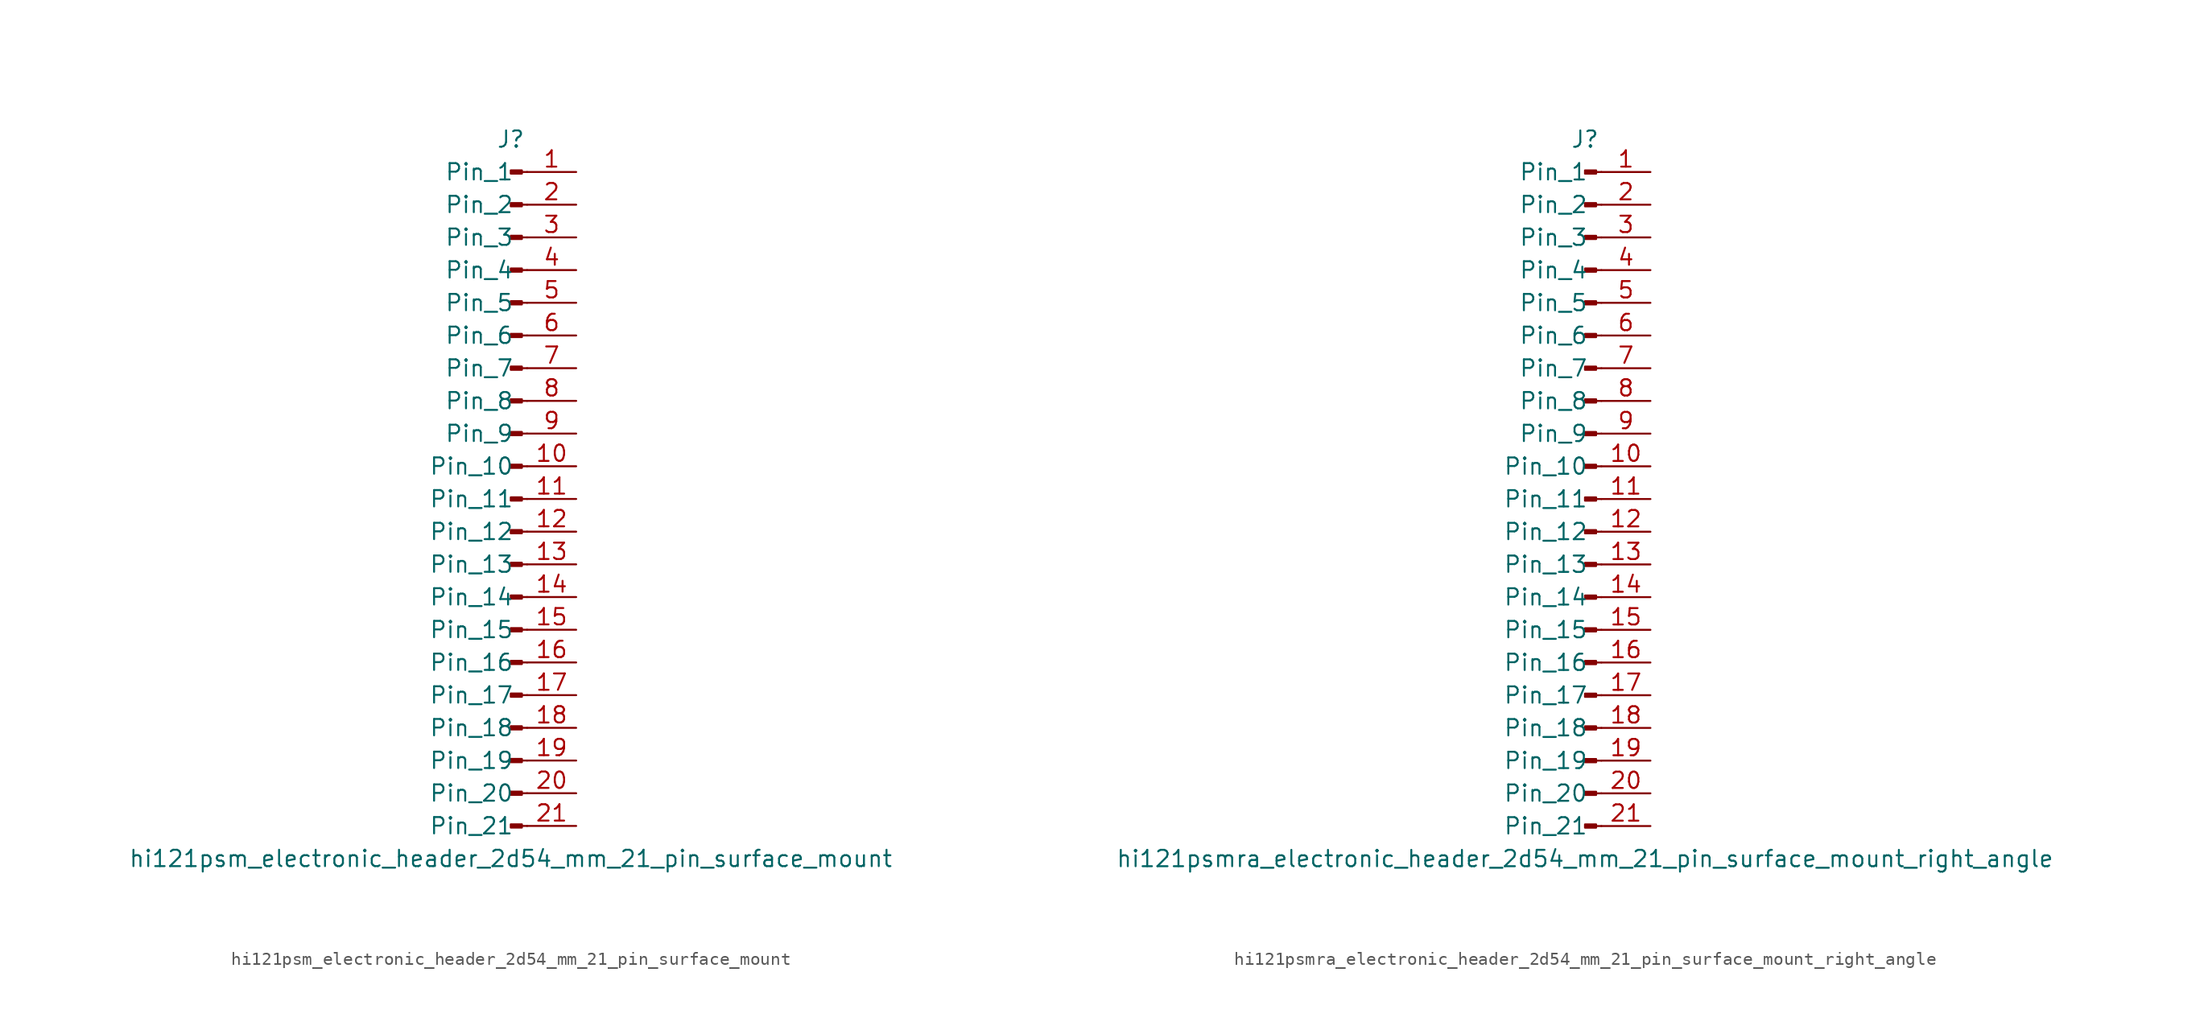
<source format=kicad_sym>
(kicad_symbol_lib
  (version 20220914)
  (generator kicad_symbol_editor)
  (symbol "hi121psm_electronic_header_2d54_mm_21_pin_surface_mount"
    (pin_names
      (offset 1.016))
    (property "Reference" "J"
      (at 0 27.94 0)
      (effects (font (size 1.27 1.27))))
    (property "Value" "hi121psm_electronic_header_2d54_mm_21_pin_surface_mount"
      (at 0 -27.94 0)
      (effects (font (size 1.27 1.27))))
    (property "ki_locked" ""
      (at 0 0 0)
      (effects (font (size 1.27 1.27))))
    (symbol "hi121psm_electronic_header_2d54_mm_21_pin_surface_mount_1_1"
      (polyline (pts (xy 1.27 -25.4) (xy 0.864 -25.4)) (stroke (width 0.152) (type default)) (fill (type none)))
      (polyline (pts (xy 1.27 -22.86) (xy 0.864 -22.86)) (stroke (width 0.152) (type default)) (fill (type none)))
      (polyline (pts (xy 1.27 -20.32) (xy 0.864 -20.32)) (stroke (width 0.152) (type default)) (fill (type none)))
      (polyline (pts (xy 1.27 -17.78) (xy 0.864 -17.78)) (stroke (width 0.152) (type default)) (fill (type none)))
      (polyline (pts (xy 1.27 -15.24) (xy 0.864 -15.24)) (stroke (width 0.152) (type default)) (fill (type none)))
      (polyline (pts (xy 1.27 -12.7) (xy 0.864 -12.7)) (stroke (width 0.152) (type default)) (fill (type none)))
      (polyline (pts (xy 1.27 -10.16) (xy 0.864 -10.16)) (stroke (width 0.152) (type default)) (fill (type none)))
      (polyline (pts (xy 1.27 -7.62) (xy 0.864 -7.62)) (stroke (width 0.152) (type default)) (fill (type none)))
      (polyline (pts (xy 1.27 -5.08) (xy 0.864 -5.08)) (stroke (width 0.152) (type default)) (fill (type none)))
      (polyline (pts (xy 1.27 -2.54) (xy 0.864 -2.54)) (stroke (width 0.152) (type default)) (fill (type none)))
      (polyline (pts (xy 1.27 0) (xy 0.864 0)) (stroke (width 0.152) (type default)) (fill (type none)))
      (polyline (pts (xy 1.27 2.54) (xy 0.864 2.54)) (stroke (width 0.152) (type default)) (fill (type none)))
      (polyline (pts (xy 1.27 5.08) (xy 0.864 5.08)) (stroke (width 0.152) (type default)) (fill (type none)))
      (polyline (pts (xy 1.27 7.62) (xy 0.864 7.62)) (stroke (width 0.152) (type default)) (fill (type none)))
      (polyline (pts (xy 1.27 10.16) (xy 0.864 10.16)) (stroke (width 0.152) (type default)) (fill (type none)))
      (polyline (pts (xy 1.27 12.7) (xy 0.864 12.7)) (stroke (width 0.152) (type default)) (fill (type none)))
      (polyline (pts (xy 1.27 15.24) (xy 0.864 15.24)) (stroke (width 0.152) (type default)) (fill (type none)))
      (polyline (pts (xy 1.27 17.78) (xy 0.864 17.78)) (stroke (width 0.152) (type default)) (fill (type none)))
      (polyline (pts (xy 1.27 20.32) (xy 0.864 20.32)) (stroke (width 0.152) (type default)) (fill (type none)))
      (polyline (pts (xy 1.27 22.86) (xy 0.864 22.86)) (stroke (width 0.152) (type default)) (fill (type none)))
      (polyline (pts (xy 1.27 25.4) (xy 0.864 25.4)) (stroke (width 0.152) (type default)) (fill (type none)))
      (rectangle (start 0.864 -25.273) (end 0 -25.527) (stroke (width 0.152) (type default)) (fill (type outline)))
      (rectangle (start 0.864 -22.733) (end 0 -22.987) (stroke (width 0.152) (type default)) (fill (type outline)))
      (rectangle (start 0.864 -20.193) (end 0 -20.447) (stroke (width 0.152) (type default)) (fill (type outline)))
      (rectangle (start 0.864 -17.653) (end 0 -17.907) (stroke (width 0.152) (type default)) (fill (type outline)))
      (rectangle (start 0.864 -15.113) (end 0 -15.367) (stroke (width 0.152) (type default)) (fill (type outline)))
      (rectangle (start 0.864 -12.573) (end 0 -12.827) (stroke (width 0.152) (type default)) (fill (type outline)))
      (rectangle (start 0.864 -10.033) (end 0 -10.287) (stroke (width 0.152) (type default)) (fill (type outline)))
      (rectangle (start 0.864 -7.493) (end 0 -7.747) (stroke (width 0.152) (type default)) (fill (type outline)))
      (rectangle (start 0.864 -4.953) (end 0 -5.207) (stroke (width 0.152) (type default)) (fill (type outline)))
      (rectangle (start 0.864 -2.413) (end 0 -2.667) (stroke (width 0.152) (type default)) (fill (type outline)))
      (rectangle (start 0.864 0.127) (end 0 -0.127) (stroke (width 0.152) (type default)) (fill (type outline)))
      (rectangle (start 0.864 2.667) (end 0 2.413) (stroke (width 0.152) (type default)) (fill (type outline)))
      (rectangle (start 0.864 5.207) (end 0 4.953) (stroke (width 0.152) (type default)) (fill (type outline)))
      (rectangle (start 0.864 7.747) (end 0 7.493) (stroke (width 0.152) (type default)) (fill (type outline)))
      (rectangle (start 0.864 10.287) (end 0 10.033) (stroke (width 0.152) (type default)) (fill (type outline)))
      (rectangle (start 0.864 12.827) (end 0 12.573) (stroke (width 0.152) (type default)) (fill (type outline)))
      (rectangle (start 0.864 15.367) (end 0 15.113) (stroke (width 0.152) (type default)) (fill (type outline)))
      (rectangle (start 0.864 17.907) (end 0 17.653) (stroke (width 0.152) (type default)) (fill (type outline)))
      (rectangle (start 0.864 20.447) (end 0 20.193) (stroke (width 0.152) (type default)) (fill (type outline)))
      (rectangle (start 0.864 22.987) (end 0 22.733) (stroke (width 0.152) (type default)) (fill (type outline)))
      (rectangle (start 0.864 25.527) (end 0 25.273) (stroke (width 0.152) (type default)) (fill (type outline)))
      (pin passive line (at 5.08 25.4 180) (length 3.81) (name "Pin_1" (effects (font (size 1.27 1.27)))) (number "1" (effects (font (size 1.27 1.27)))))
      (pin passive line (at 5.08 2.54 180) (length 3.81) (name "Pin_10" (effects (font (size 1.27 1.27)))) (number "10" (effects (font (size 1.27 1.27)))))
      (pin passive line (at 5.08 0 180) (length 3.81) (name "Pin_11" (effects (font (size 1.27 1.27)))) (number "11" (effects (font (size 1.27 1.27)))))
      (pin passive line (at 5.08 -2.54 180) (length 3.81) (name "Pin_12" (effects (font (size 1.27 1.27)))) (number "12" (effects (font (size 1.27 1.27)))))
      (pin passive line (at 5.08 -5.08 180) (length 3.81) (name "Pin_13" (effects (font (size 1.27 1.27)))) (number "13" (effects (font (size 1.27 1.27)))))
      (pin passive line (at 5.08 -7.62 180) (length 3.81) (name "Pin_14" (effects (font (size 1.27 1.27)))) (number "14" (effects (font (size 1.27 1.27)))))
      (pin passive line (at 5.08 -10.16 180) (length 3.81) (name "Pin_15" (effects (font (size 1.27 1.27)))) (number "15" (effects (font (size 1.27 1.27)))))
      (pin passive line (at 5.08 -12.7 180) (length 3.81) (name "Pin_16" (effects (font (size 1.27 1.27)))) (number "16" (effects (font (size 1.27 1.27)))))
      (pin passive line (at 5.08 -15.24 180) (length 3.81) (name "Pin_17" (effects (font (size 1.27 1.27)))) (number "17" (effects (font (size 1.27 1.27)))))
      (pin passive line (at 5.08 -17.78 180) (length 3.81) (name "Pin_18" (effects (font (size 1.27 1.27)))) (number "18" (effects (font (size 1.27 1.27)))))
      (pin passive line (at 5.08 -20.32 180) (length 3.81) (name "Pin_19" (effects (font (size 1.27 1.27)))) (number "19" (effects (font (size 1.27 1.27)))))
      (pin passive line (at 5.08 22.86 180) (length 3.81) (name "Pin_2" (effects (font (size 1.27 1.27)))) (number "2" (effects (font (size 1.27 1.27)))))
      (pin passive line (at 5.08 -22.86 180) (length 3.81) (name "Pin_20" (effects (font (size 1.27 1.27)))) (number "20" (effects (font (size 1.27 1.27)))))
      (pin passive line (at 5.08 -25.4 180) (length 3.81) (name "Pin_21" (effects (font (size 1.27 1.27)))) (number "21" (effects (font (size 1.27 1.27)))))
      (pin passive line (at 5.08 20.32 180) (length 3.81) (name "Pin_3" (effects (font (size 1.27 1.27)))) (number "3" (effects (font (size 1.27 1.27)))))
      (pin passive line (at 5.08 17.78 180) (length 3.81) (name "Pin_4" (effects (font (size 1.27 1.27)))) (number "4" (effects (font (size 1.27 1.27)))))
      (pin passive line (at 5.08 15.24 180) (length 3.81) (name "Pin_5" (effects (font (size 1.27 1.27)))) (number "5" (effects (font (size 1.27 1.27)))))
      (pin passive line (at 5.08 12.7 180) (length 3.81) (name "Pin_6" (effects (font (size 1.27 1.27)))) (number "6" (effects (font (size 1.27 1.27)))))
      (pin passive line (at 5.08 10.16 180) (length 3.81) (name "Pin_7" (effects (font (size 1.27 1.27)))) (number "7" (effects (font (size 1.27 1.27)))))
      (pin passive line (at 5.08 7.62 180) (length 3.81) (name "Pin_8" (effects (font (size 1.27 1.27)))) (number "8" (effects (font (size 1.27 1.27)))))
      (pin passive line (at 5.08 5.08 180) (length 3.81) (name "Pin_9" (effects (font (size 1.27 1.27)))) (number "9" (effects (font (size 1.27 1.27)))))))
  (symbol "hi121psmra_electronic_header_2d54_mm_21_pin_surface_mount_right_angle"
    (pin_names
      (offset 1.016))
    (property "Reference" "J"
      (at 0 27.94 0)
      (effects (font (size 1.27 1.27))))
    (property "Value" "hi121psmra_electronic_header_2d54_mm_21_pin_surface_mount_right_angle"
      (at 0 -27.94 0)
      (effects (font (size 1.27 1.27))))
    (property "ki_locked" ""
      (at 0 0 0)
      (effects (font (size 1.27 1.27))))
    (symbol "hi121psmra_electronic_header_2d54_mm_21_pin_surface_mount_right_angle_1_1"
      (polyline (pts (xy 1.27 -25.4) (xy 0.864 -25.4)) (stroke (width 0.152) (type default)) (fill (type none)))
      (polyline (pts (xy 1.27 -22.86) (xy 0.864 -22.86)) (stroke (width 0.152) (type default)) (fill (type none)))
      (polyline (pts (xy 1.27 -20.32) (xy 0.864 -20.32)) (stroke (width 0.152) (type default)) (fill (type none)))
      (polyline (pts (xy 1.27 -17.78) (xy 0.864 -17.78)) (stroke (width 0.152) (type default)) (fill (type none)))
      (polyline (pts (xy 1.27 -15.24) (xy 0.864 -15.24)) (stroke (width 0.152) (type default)) (fill (type none)))
      (polyline (pts (xy 1.27 -12.7) (xy 0.864 -12.7)) (stroke (width 0.152) (type default)) (fill (type none)))
      (polyline (pts (xy 1.27 -10.16) (xy 0.864 -10.16)) (stroke (width 0.152) (type default)) (fill (type none)))
      (polyline (pts (xy 1.27 -7.62) (xy 0.864 -7.62)) (stroke (width 0.152) (type default)) (fill (type none)))
      (polyline (pts (xy 1.27 -5.08) (xy 0.864 -5.08)) (stroke (width 0.152) (type default)) (fill (type none)))
      (polyline (pts (xy 1.27 -2.54) (xy 0.864 -2.54)) (stroke (width 0.152) (type default)) (fill (type none)))
      (polyline (pts (xy 1.27 0) (xy 0.864 0)) (stroke (width 0.152) (type default)) (fill (type none)))
      (polyline (pts (xy 1.27 2.54) (xy 0.864 2.54)) (stroke (width 0.152) (type default)) (fill (type none)))
      (polyline (pts (xy 1.27 5.08) (xy 0.864 5.08)) (stroke (width 0.152) (type default)) (fill (type none)))
      (polyline (pts (xy 1.27 7.62) (xy 0.864 7.62)) (stroke (width 0.152) (type default)) (fill (type none)))
      (polyline (pts (xy 1.27 10.16) (xy 0.864 10.16)) (stroke (width 0.152) (type default)) (fill (type none)))
      (polyline (pts (xy 1.27 12.7) (xy 0.864 12.7)) (stroke (width 0.152) (type default)) (fill (type none)))
      (polyline (pts (xy 1.27 15.24) (xy 0.864 15.24)) (stroke (width 0.152) (type default)) (fill (type none)))
      (polyline (pts (xy 1.27 17.78) (xy 0.864 17.78)) (stroke (width 0.152) (type default)) (fill (type none)))
      (polyline (pts (xy 1.27 20.32) (xy 0.864 20.32)) (stroke (width 0.152) (type default)) (fill (type none)))
      (polyline (pts (xy 1.27 22.86) (xy 0.864 22.86)) (stroke (width 0.152) (type default)) (fill (type none)))
      (polyline (pts (xy 1.27 25.4) (xy 0.864 25.4)) (stroke (width 0.152) (type default)) (fill (type none)))
      (rectangle (start 0.864 -25.273) (end 0 -25.527) (stroke (width 0.152) (type default)) (fill (type outline)))
      (rectangle (start 0.864 -22.733) (end 0 -22.987) (stroke (width 0.152) (type default)) (fill (type outline)))
      (rectangle (start 0.864 -20.193) (end 0 -20.447) (stroke (width 0.152) (type default)) (fill (type outline)))
      (rectangle (start 0.864 -17.653) (end 0 -17.907) (stroke (width 0.152) (type default)) (fill (type outline)))
      (rectangle (start 0.864 -15.113) (end 0 -15.367) (stroke (width 0.152) (type default)) (fill (type outline)))
      (rectangle (start 0.864 -12.573) (end 0 -12.827) (stroke (width 0.152) (type default)) (fill (type outline)))
      (rectangle (start 0.864 -10.033) (end 0 -10.287) (stroke (width 0.152) (type default)) (fill (type outline)))
      (rectangle (start 0.864 -7.493) (end 0 -7.747) (stroke (width 0.152) (type default)) (fill (type outline)))
      (rectangle (start 0.864 -4.953) (end 0 -5.207) (stroke (width 0.152) (type default)) (fill (type outline)))
      (rectangle (start 0.864 -2.413) (end 0 -2.667) (stroke (width 0.152) (type default)) (fill (type outline)))
      (rectangle (start 0.864 0.127) (end 0 -0.127) (stroke (width 0.152) (type default)) (fill (type outline)))
      (rectangle (start 0.864 2.667) (end 0 2.413) (stroke (width 0.152) (type default)) (fill (type outline)))
      (rectangle (start 0.864 5.207) (end 0 4.953) (stroke (width 0.152) (type default)) (fill (type outline)))
      (rectangle (start 0.864 7.747) (end 0 7.493) (stroke (width 0.152) (type default)) (fill (type outline)))
      (rectangle (start 0.864 10.287) (end 0 10.033) (stroke (width 0.152) (type default)) (fill (type outline)))
      (rectangle (start 0.864 12.827) (end 0 12.573) (stroke (width 0.152) (type default)) (fill (type outline)))
      (rectangle (start 0.864 15.367) (end 0 15.113) (stroke (width 0.152) (type default)) (fill (type outline)))
      (rectangle (start 0.864 17.907) (end 0 17.653) (stroke (width 0.152) (type default)) (fill (type outline)))
      (rectangle (start 0.864 20.447) (end 0 20.193) (stroke (width 0.152) (type default)) (fill (type outline)))
      (rectangle (start 0.864 22.987) (end 0 22.733) (stroke (width 0.152) (type default)) (fill (type outline)))
      (rectangle (start 0.864 25.527) (end 0 25.273) (stroke (width 0.152) (type default)) (fill (type outline)))
      (pin passive line (at 5.08 25.4 180) (length 3.81) (name "Pin_1" (effects (font (size 1.27 1.27)))) (number "1" (effects (font (size 1.27 1.27)))))
      (pin passive line (at 5.08 2.54 180) (length 3.81) (name "Pin_10" (effects (font (size 1.27 1.27)))) (number "10" (effects (font (size 1.27 1.27)))))
      (pin passive line (at 5.08 0 180) (length 3.81) (name "Pin_11" (effects (font (size 1.27 1.27)))) (number "11" (effects (font (size 1.27 1.27)))))
      (pin passive line (at 5.08 -2.54 180) (length 3.81) (name "Pin_12" (effects (font (size 1.27 1.27)))) (number "12" (effects (font (size 1.27 1.27)))))
      (pin passive line (at 5.08 -5.08 180) (length 3.81) (name "Pin_13" (effects (font (size 1.27 1.27)))) (number "13" (effects (font (size 1.27 1.27)))))
      (pin passive line (at 5.08 -7.62 180) (length 3.81) (name "Pin_14" (effects (font (size 1.27 1.27)))) (number "14" (effects (font (size 1.27 1.27)))))
      (pin passive line (at 5.08 -10.16 180) (length 3.81) (name "Pin_15" (effects (font (size 1.27 1.27)))) (number "15" (effects (font (size 1.27 1.27)))))
      (pin passive line (at 5.08 -12.7 180) (length 3.81) (name "Pin_16" (effects (font (size 1.27 1.27)))) (number "16" (effects (font (size 1.27 1.27)))))
      (pin passive line (at 5.08 -15.24 180) (length 3.81) (name "Pin_17" (effects (font (size 1.27 1.27)))) (number "17" (effects (font (size 1.27 1.27)))))
      (pin passive line (at 5.08 -17.78 180) (length 3.81) (name "Pin_18" (effects (font (size 1.27 1.27)))) (number "18" (effects (font (size 1.27 1.27)))))
      (pin passive line (at 5.08 -20.32 180) (length 3.81) (name "Pin_19" (effects (font (size 1.27 1.27)))) (number "19" (effects (font (size 1.27 1.27)))))
      (pin passive line (at 5.08 22.86 180) (length 3.81) (name "Pin_2" (effects (font (size 1.27 1.27)))) (number "2" (effects (font (size 1.27 1.27)))))
      (pin passive line (at 5.08 -22.86 180) (length 3.81) (name "Pin_20" (effects (font (size 1.27 1.27)))) (number "20" (effects (font (size 1.27 1.27)))))
      (pin passive line (at 5.08 -25.4 180) (length 3.81) (name "Pin_21" (effects (font (size 1.27 1.27)))) (number "21" (effects (font (size 1.27 1.27)))))
      (pin passive line (at 5.08 20.32 180) (length 3.81) (name "Pin_3" (effects (font (size 1.27 1.27)))) (number "3" (effects (font (size 1.27 1.27)))))
      (pin passive line (at 5.08 17.78 180) (length 3.81) (name "Pin_4" (effects (font (size 1.27 1.27)))) (number "4" (effects (font (size 1.27 1.27)))))
      (pin passive line (at 5.08 15.24 180) (length 3.81) (name "Pin_5" (effects (font (size 1.27 1.27)))) (number "5" (effects (font (size 1.27 1.27)))))
      (pin passive line (at 5.08 12.7 180) (length 3.81) (name "Pin_6" (effects (font (size 1.27 1.27)))) (number "6" (effects (font (size 1.27 1.27)))))
      (pin passive line (at 5.08 10.16 180) (length 3.81) (name "Pin_7" (effects (font (size 1.27 1.27)))) (number "7" (effects (font (size 1.27 1.27)))))
      (pin passive line (at 5.08 7.62 180) (length 3.81) (name "Pin_8" (effects (font (size 1.27 1.27)))) (number "8" (effects (font (size 1.27 1.27)))))
      (pin passive line (at 5.08 5.08 180) (length 3.81) (name "Pin_9" (effects (font (size 1.27 1.27)))) (number "9" (effects (font (size 1.27 1.27))))))))
</source>
